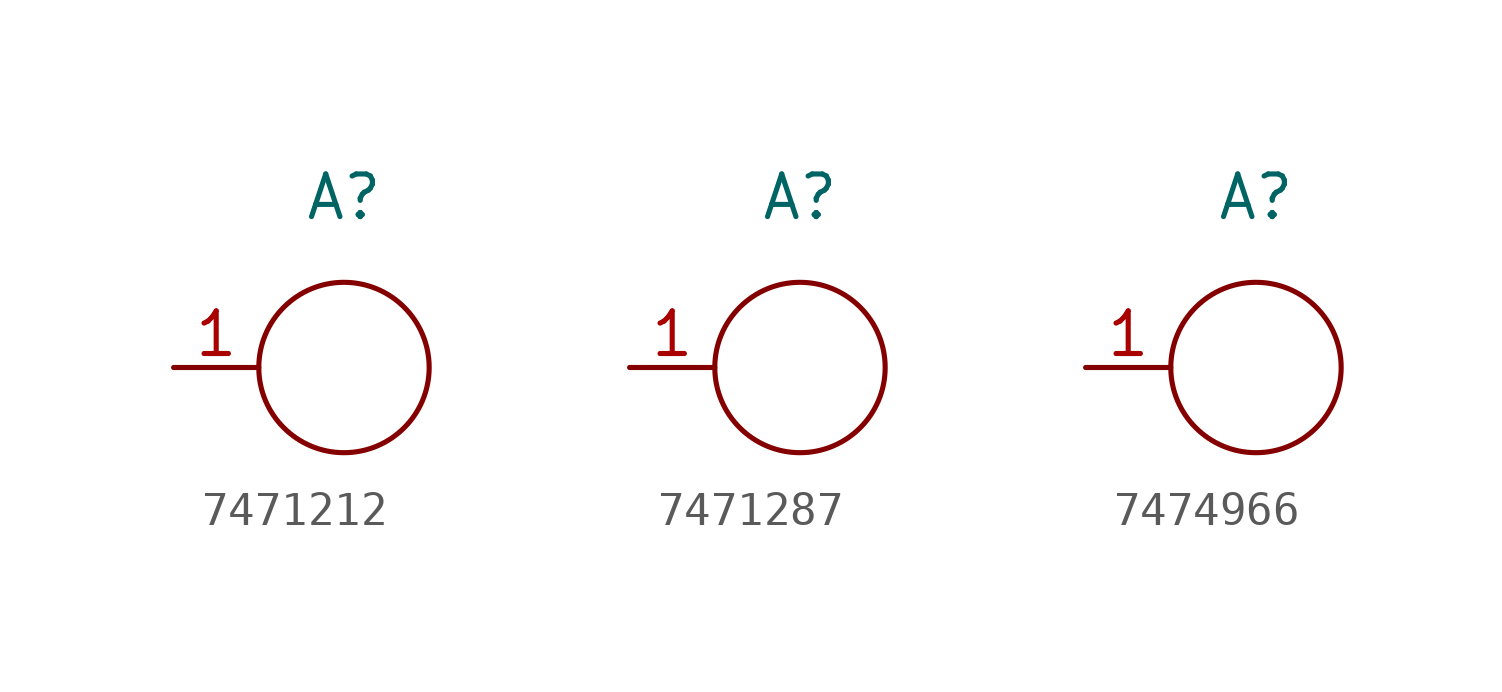
<source format=kicad_sym>
(kicad_symbol_lib
  (version 20220914)
  (generator kicad_symbol_editor)
  (symbol "7471212"
    (pin_names hide)
    (property "Reference" "A"
      (at 0 5.08 0)
      (effects (font (size 1.27 1.27))))
    (symbol "7471212_0_1"
      (circle (center 0 0) (radius 2.54) (stroke (width 0) (type default)) (fill (type none))))
    (symbol "7471212_1_1"
      (pin passive line (at -5.08 0 0) (length 2.54) (name "1" (effects (font (size 1.27 1.27)))) (number "1" (effects (font (size 1.27 1.27)))))))
  (symbol "7471287"
    (pin_names hide)
    (property "Reference" "A"
      (at 0 5.08 0)
      (effects (font (size 1.27 1.27))))
    (symbol "7471287_0_1"
      (circle (center 0 0) (radius 2.54) (stroke (width 0) (type default)) (fill (type none))))
    (symbol "7471287_1_1"
      (pin passive line (at -5.08 0 0) (length 2.54) (name "1" (effects (font (size 1.27 1.27)))) (number "1" (effects (font (size 1.27 1.27)))))))
  (symbol "7474966"
    (pin_names hide)
    (property "Reference" "A"
      (at 0 5.08 0)
      (effects (font (size 1.27 1.27))))
    (symbol "7474966_0_1"
      (circle (center 0 0) (radius 2.54) (stroke (width 0) (type default)) (fill (type none))))
    (symbol "7474966_1_1"
      (pin passive line (at -5.08 0 0) (length 2.54) (name "1" (effects (font (size 1.27 1.27)))) (number "1" (effects (font (size 1.27 1.27))))))))
</source>
